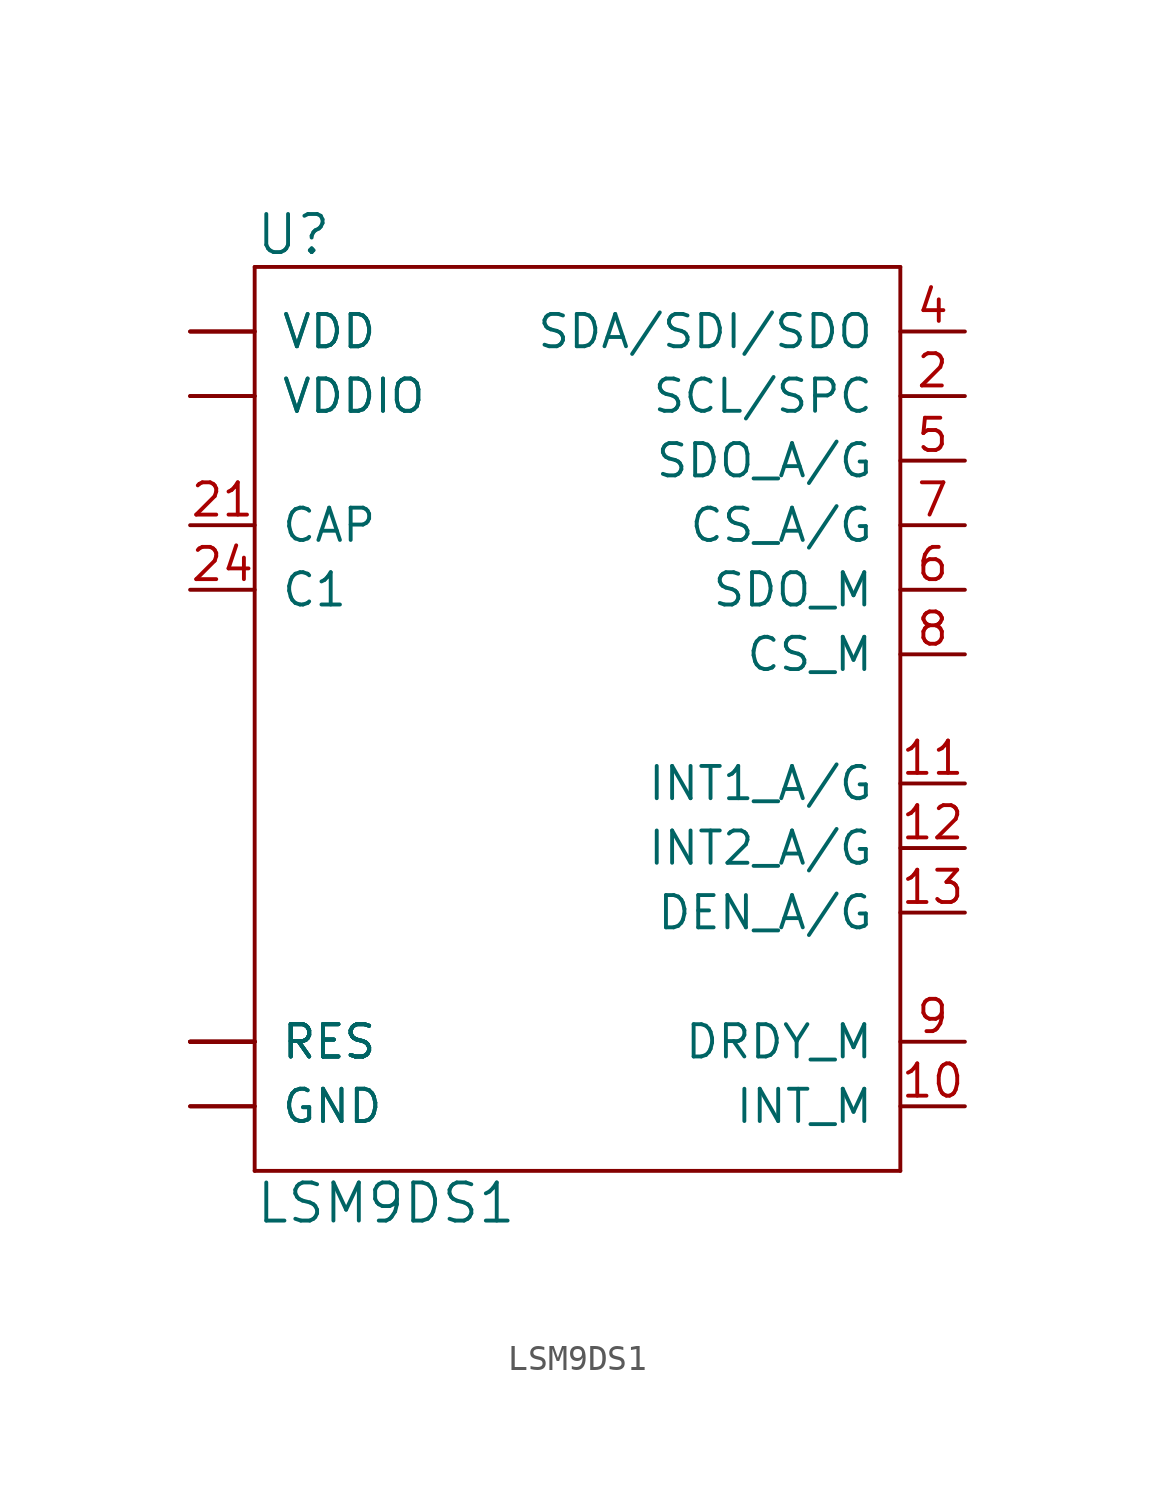
<source format=kicad_sym>
(kicad_symbol_lib
  (version 20211014)
  (generator kicad_symbol_editor)
  (symbol "LSM9DS1"
    (pin_names
      (offset 1.016))
    (property "Reference" "U"
      (at -12.7 19.05 0)
      (effects (font (size 1.499 1.499)) (justify left)))
    (property "Value" "LSM9DS1"
      (at -12.7 -19.05 0)
      (effects (font (size 1.499 1.499)) (justify left)))
    (property "ki_locked" ""
      (at 0 0 0)
      (effects (font (size 1.27 1.27))))
    (symbol "LSM9DS1_1_0"
      (polyline (pts (xy -12.7 -17.78) (xy 12.7 -17.78)) (stroke (width 0) (type default) (color 0 0 0 0)) (fill (type none)))
      (polyline (pts (xy -12.7 17.78) (xy -12.7 -17.78)) (stroke (width 0) (type default) (color 0 0 0 0)) (fill (type none)))
      (polyline (pts (xy 12.7 -17.78) (xy 12.7 17.78)) (stroke (width 0) (type default) (color 0 0 0 0)) (fill (type none)))
      (polyline (pts (xy 12.7 17.78) (xy -12.7 17.78)) (stroke (width 0) (type default) (color 0 0 0 0)) (fill (type none)))
      (pin bidirectional line (at -15.24 12.7 0) (length 2.54) (name "VDDIO" (effects (font (size 1.27 1.27)))) (number "1" (effects (font (size 0 0)))))
      (pin bidirectional line (at 15.24 -15.24 180) (length 2.54) (name "INT_M" (effects (font (size 1.27 1.27)))) (number "10" (effects (font (size 1.27 1.27)))))
      (pin bidirectional line (at 15.24 -2.54 180) (length 2.54) (name "INT1_A/G" (effects (font (size 1.27 1.27)))) (number "11" (effects (font (size 1.27 1.27)))))
      (pin bidirectional line (at 15.24 -5.08 180) (length 2.54) (name "INT2_A/G" (effects (font (size 1.27 1.27)))) (number "12" (effects (font (size 1.27 1.27)))))
      (pin bidirectional line (at 15.24 -7.62 180) (length 2.54) (name "DEN_A/G" (effects (font (size 1.27 1.27)))) (number "13" (effects (font (size 1.27 1.27)))))
      (pin bidirectional line (at -15.24 -12.7 0) (length 2.54) (name "RES" (effects (font (size 1.27 1.27)))) (number "14" (effects (font (size 0 0)))))
      (pin bidirectional line (at -15.24 -12.7 0) (length 2.54) (name "RES" (effects (font (size 1.27 1.27)))) (number "15" (effects (font (size 0 0)))))
      (pin bidirectional line (at -15.24 -12.7 0) (length 2.54) (name "RES" (effects (font (size 1.27 1.27)))) (number "16" (effects (font (size 0 0)))))
      (pin bidirectional line (at -15.24 -12.7 0) (length 2.54) (name "RES" (effects (font (size 1.27 1.27)))) (number "17" (effects (font (size 0 0)))))
      (pin bidirectional line (at -15.24 -12.7 0) (length 2.54) (name "RES" (effects (font (size 1.27 1.27)))) (number "18" (effects (font (size 0 0)))))
      (pin bidirectional line (at -15.24 -15.24 0) (length 2.54) (name "GND" (effects (font (size 1.27 1.27)))) (number "19" (effects (font (size 0 0)))))
      (pin bidirectional line (at 15.24 12.7 180) (length 2.54) (name "SCL/SPC" (effects (font (size 1.27 1.27)))) (number "2" (effects (font (size 1.27 1.27)))))
      (pin bidirectional line (at -15.24 -15.24 0) (length 2.54) (name "GND" (effects (font (size 1.27 1.27)))) (number "20" (effects (font (size 0 0)))))
      (pin bidirectional line (at -15.24 7.62 0) (length 2.54) (name "CAP" (effects (font (size 1.27 1.27)))) (number "21" (effects (font (size 1.27 1.27)))))
      (pin bidirectional line (at -15.24 15.24 0) (length 2.54) (name "VDD" (effects (font (size 1.27 1.27)))) (number "22" (effects (font (size 0 0)))))
      (pin bidirectional line (at -15.24 15.24 0) (length 2.54) (name "VDD" (effects (font (size 1.27 1.27)))) (number "23" (effects (font (size 0 0)))))
      (pin bidirectional line (at -15.24 5.08 0) (length 2.54) (name "C1" (effects (font (size 1.27 1.27)))) (number "24" (effects (font (size 1.27 1.27)))))
      (pin bidirectional line (at -15.24 12.7 0) (length 2.54) (name "VDDIO" (effects (font (size 1.27 1.27)))) (number "3" (effects (font (size 0 0)))))
      (pin bidirectional line (at 15.24 15.24 180) (length 2.54) (name "SDA/SDI/SDO" (effects (font (size 1.27 1.27)))) (number "4" (effects (font (size 1.27 1.27)))))
      (pin bidirectional line (at 15.24 10.16 180) (length 2.54) (name "SDO_A/G" (effects (font (size 1.27 1.27)))) (number "5" (effects (font (size 1.27 1.27)))))
      (pin bidirectional line (at 15.24 5.08 180) (length 2.54) (name "SDO_M" (effects (font (size 1.27 1.27)))) (number "6" (effects (font (size 1.27 1.27)))))
      (pin bidirectional line (at 15.24 7.62 180) (length 2.54) (name "CS_A/G" (effects (font (size 1.27 1.27)))) (number "7" (effects (font (size 1.27 1.27)))))
      (pin bidirectional line (at 15.24 2.54 180) (length 2.54) (name "CS_M" (effects (font (size 1.27 1.27)))) (number "8" (effects (font (size 1.27 1.27)))))
      (pin bidirectional line (at 15.24 -12.7 180) (length 2.54) (name "DRDY_M" (effects (font (size 1.27 1.27)))) (number "9" (effects (font (size 1.27 1.27))))))))
</source>
